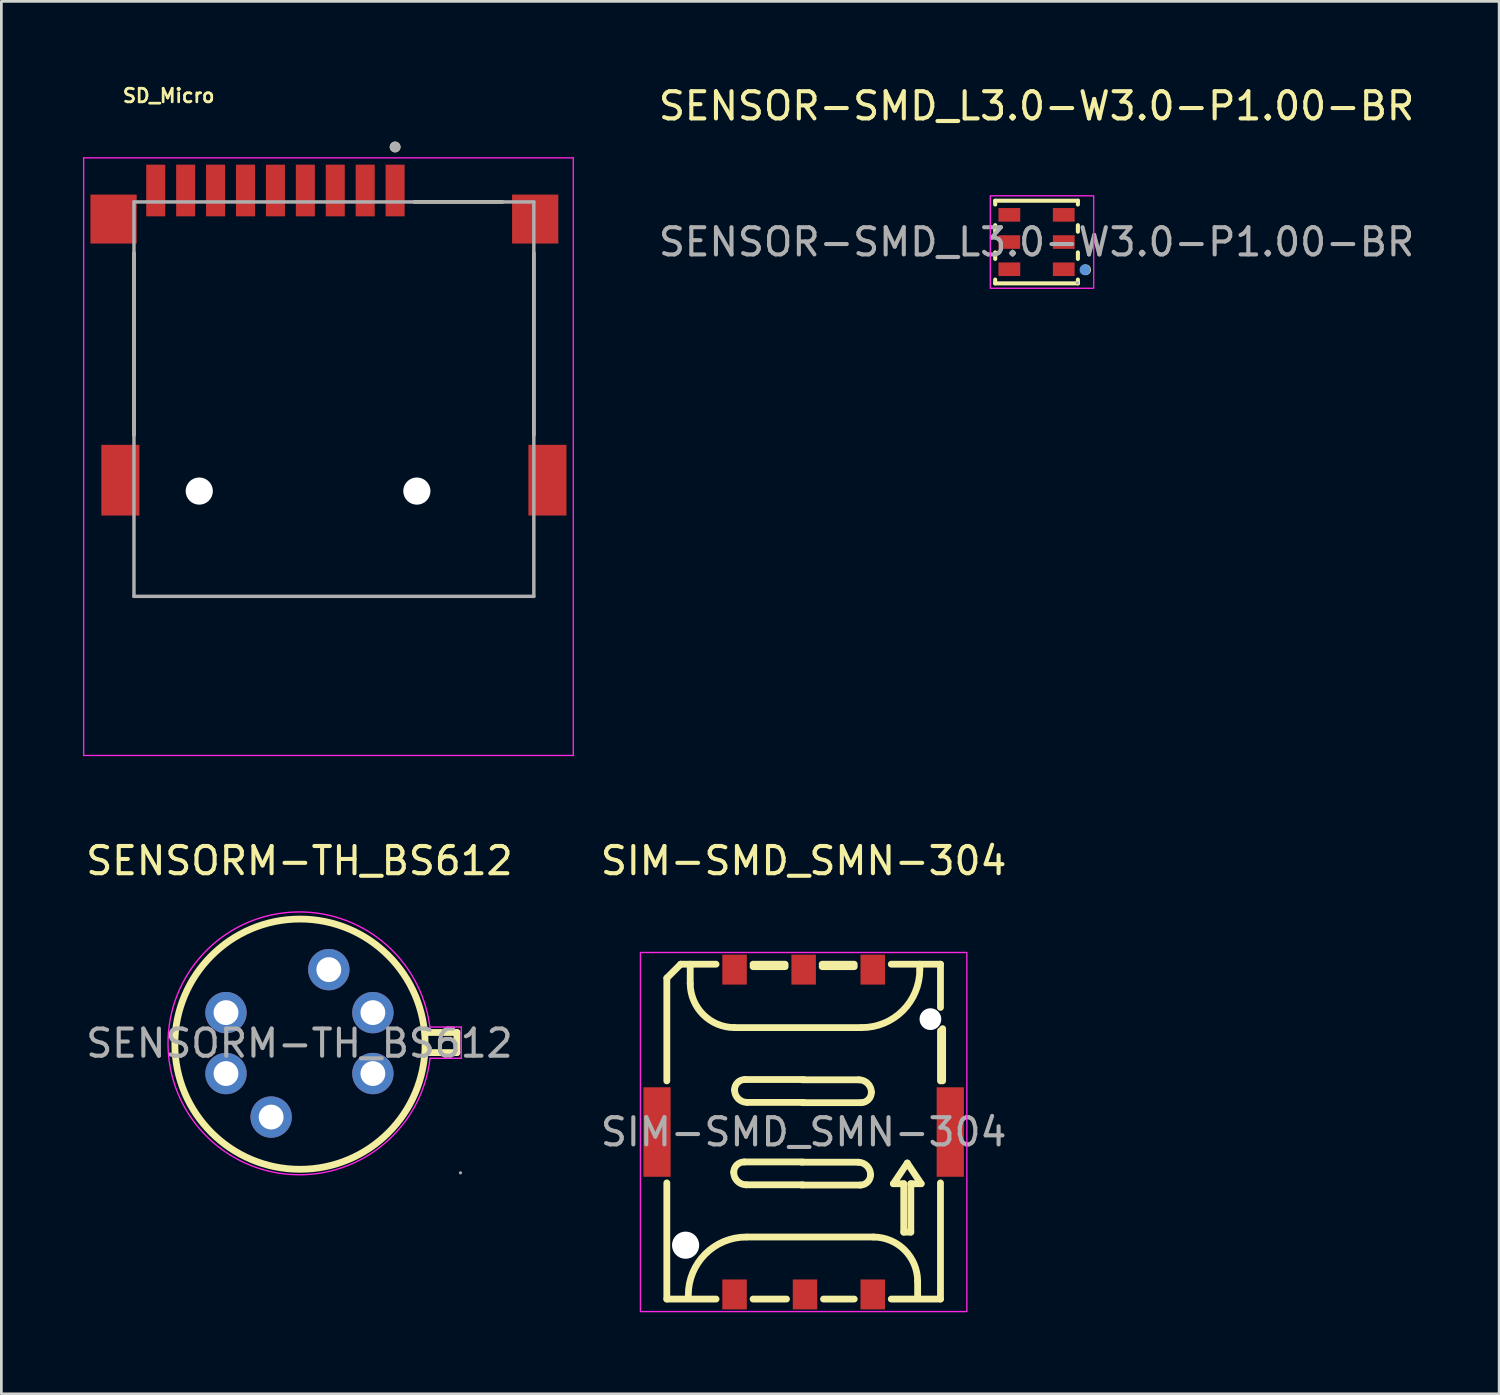
<source format=kicad_pcb>
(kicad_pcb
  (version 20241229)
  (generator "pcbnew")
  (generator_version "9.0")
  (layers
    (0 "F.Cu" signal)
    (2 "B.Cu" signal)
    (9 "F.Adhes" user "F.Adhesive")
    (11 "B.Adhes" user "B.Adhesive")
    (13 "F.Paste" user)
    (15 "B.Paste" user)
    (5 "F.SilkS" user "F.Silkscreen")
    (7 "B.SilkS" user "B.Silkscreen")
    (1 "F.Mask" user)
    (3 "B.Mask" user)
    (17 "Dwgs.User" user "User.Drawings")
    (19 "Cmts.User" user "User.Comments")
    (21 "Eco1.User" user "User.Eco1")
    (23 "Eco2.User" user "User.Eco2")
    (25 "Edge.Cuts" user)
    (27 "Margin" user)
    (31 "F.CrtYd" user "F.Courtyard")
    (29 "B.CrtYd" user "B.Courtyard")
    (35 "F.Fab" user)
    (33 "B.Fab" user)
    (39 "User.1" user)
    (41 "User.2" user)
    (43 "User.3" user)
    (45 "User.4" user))
  (footprint "SENSORM-TH_BS612"
    (layer "F.Cu")
    (at 7.958 35.306)
    (property "Reference" "SENSORM-TH_BS612" (at 0 -6.71 0) (layer "F.SilkS") (effects (font (size 1 1) (thickness 0.15))))
    (attr through_hole)
    (fp_line (start 4.62 -0.4) (end 5.79 -0.4) (stroke (width 0.25) (type solid)) (layer "F.SilkS"))
    (fp_line (start 5.79 -0.4) (end 5.79 0.34) (stroke (width 0.25) (type solid)) (layer "F.SilkS"))
    (fp_line (start 5.79 0.34) (end 4.7 0.34) (stroke (width 0.25) (type solid)) (layer "F.SilkS"))
    (fp_circle (center 0.02 0.03) (end 4.62 0.03) (stroke (width 0.25) (type solid)) (fill no) (layer "F.SilkS"))
    (fp_line (start 4.8 -0.6) (end 5.95 -0.6) (stroke (width 0.05) (type default)) (layer "F.CrtYd"))
    (fp_line (start 5.95 -0.6) (end 5.95 0.55) (stroke (width 0.05) (type default)) (layer "F.CrtYd"))
    (fp_line (start 5.95 0.55) (end 4.8 0.55) (stroke (width 0.05) (type default)) (layer "F.CrtYd"))
    (fp_arc (start 4.799999 0.55) (mid -4.831343 0.024807) (end 4.794098 -0.599262) (stroke (width 0.05) (type default)) (layer "F.CrtYd"))
    (fp_circle (center -2.7 -1.13) (end -2.52 -1.13) (stroke (width 0.36) (type solid)) (fill no) (layer "F.Fab"))
    (fp_circle (center -2.7 1.11) (end -2.52 1.11) (stroke (width 0.36) (type solid)) (fill no) (layer "F.Fab"))
    (fp_circle (center -1.04 2.71) (end -0.86 2.71) (stroke (width 0.36) (type solid)) (fill no) (layer "F.Fab"))
    (fp_circle (center 1.08 -2.71) (end 1.26 -2.71) (stroke (width 0.36) (type solid)) (fill no) (layer "F.Fab"))
    (fp_circle (center 2.7 -1.13) (end 2.88 -1.13) (stroke (width 0.36) (type solid)) (fill no) (layer "F.Fab"))
    (fp_circle (center 2.7 1.11) (end 2.88 1.11) (stroke (width 0.36) (type solid)) (fill no) (layer "F.Fab"))
    (fp_circle (center 5.92 4.76) (end 5.95 4.76) (stroke (width 0.06) (type solid)) (fill no) (layer "F.Fab"))
    (fp_text user "${REFERENCE}" (at 0 0 0) (layer "F.Fab") (effects (font (size 1 1) (thickness 0.15))))
    (pad "1" thru_hole circle (at 2.7 1.11) (size 1.52 1.52) (drill 0.914) (layers "*.Cu" "*.Paste" "*.Mask"))
    (pad "2" thru_hole circle (at 2.7 -1.13) (size 1.52 1.52) (drill 0.914) (layers "*.Cu" "*.Paste" "*.Mask"))
    (pad "3" thru_hole circle (at 1.08 -2.71) (size 1.52 1.52) (drill 0.914) (layers "*.Cu" "*.Paste" "*.Mask"))
    (pad "4" thru_hole circle (at -2.7 -1.13) (size 1.52 1.52) (drill 0.914) (layers "*.Cu" "*.Paste" "*.Mask"))
    (pad "5" thru_hole circle (at -2.7 1.11) (size 1.52 1.52) (drill 0.914) (layers "*.Cu" "*.Paste" "*.Mask"))
    (pad "6" thru_hole circle (at -1.04 2.71) (size 1.52 1.52) (drill 0.914) (layers "*.Cu" "*.Paste" "*.Mask")))
  (footprint "SD_Micro"
    (layer "F.Cu")
    (at 9.225 15.003)
    (property "Reference" "SD_Micro" (at -6.075 -14.535 0) (layer "F.SilkS") (effects (font (size 0.5 0.5) (thickness 0.1))))
    (attr through_hole)
    (fp_line (start -7.35 -2.05) (end -7.35 -8.75) (stroke (width 0.127) (type solid)) (layer "F.SilkS"))
    (fp_line (start 6.2 -10.63) (end 2.95 -10.63) (stroke (width 0.127) (type solid)) (layer "F.SilkS"))
    (fp_line (start 7.35 -2.05) (end 7.35 -8.75) (stroke (width 0.127) (type solid)) (layer "F.SilkS"))
    (fp_circle (center 2.25 -12.65) (end 2.35 -12.65) (stroke (width 0.2) (type solid)) (fill no) (layer "F.SilkS"))
    (fp_line (start -9.2 -12.25) (end -9.2 9.72) (stroke (width 0.05) (type solid)) (layer "F.CrtYd"))
    (fp_line (start -9.2 9.72) (end 8.8 9.72) (stroke (width 0.05) (type solid)) (layer "F.CrtYd"))
    (fp_line (start 8.8 -12.25) (end -9.2 -12.25) (stroke (width 0.05) (type solid)) (layer "F.CrtYd"))
    (fp_line (start 8.8 9.72) (end 8.8 -12.25) (stroke (width 0.05) (type solid)) (layer "F.CrtYd"))
    (fp_line (start -7.35 -10.63) (end -7.35 3.87) (stroke (width 0.127) (type solid)) (layer "F.Fab"))
    (fp_line (start -7.35 3.87) (end 7.35 3.87) (stroke (width 0.127) (type solid)) (layer "F.Fab"))
    (fp_line (start 7.35 -10.63) (end -7.35 -10.63) (stroke (width 0.127) (type solid)) (layer "F.Fab"))
    (fp_line (start 7.35 3.87) (end 7.35 -10.63) (stroke (width 0.127) (type solid)) (layer "F.Fab"))
    (fp_circle (center 2.25 -12.65) (end 2.35 -12.65) (stroke (width 0.2) (type solid)) (fill no) (layer "F.Fab"))
    (pad "" smd rect (at -7.85 -0.4) (size 1.4 2.6) (layers "F.Cu" "F.Mask" "F.Paste"))
    (pad "" np_thru_hole circle (at -4.95 0) (size 1 1) (drill 1) (layers "*.Cu" "*.Mask"))
    (pad "" np_thru_hole circle (at 3.05 0) (size 1 1) (drill 1) (layers "*.Cu" "*.Mask"))
    (pad "" smd rect (at 7.85 -0.4) (size 1.4 2.6) (layers "F.Cu" "F.Mask" "F.Paste"))
    (pad "1" smd rect (at 2.25 -11.05) (size 0.7 1.9) (layers "F.Cu" "F.Mask" "F.Paste"))
    (pad "2" smd rect (at 1.15 -11.05) (size 0.7 1.9) (layers "F.Cu" "F.Mask" "F.Paste"))
    (pad "3" smd rect (at 0.05 -11.05) (size 0.7 1.9) (layers "F.Cu" "F.Mask" "F.Paste"))
    (pad "4" smd rect (at -1.05 -11.05) (size 0.7 1.9) (layers "F.Cu" "F.Mask" "F.Paste"))
    (pad "5" smd rect (at -2.15 -11.05) (size 0.7 1.9) (layers "F.Cu" "F.Mask" "F.Paste"))
    (pad "6" smd rect (at -3.25 -11.05) (size 0.7 1.9) (layers "F.Cu" "F.Mask" "F.Paste"))
    (pad "7" smd rect (at -4.35 -11.05) (size 0.7 1.9) (layers "F.Cu" "F.Mask" "F.Paste"))
    (pad "8" smd rect (at -5.45 -11.05) (size 0.7 1.9) (layers "F.Cu" "F.Mask" "F.Paste"))
    (pad "9" smd rect (at -6.55 -11.05) (size 0.7 1.9) (layers "F.Cu" "F.Mask" "F.Paste"))
    (pad "10" smd rect (at -8.1 -10) (size 1.7 1.8) (layers "F.Cu" "F.Mask" "F.Paste"))
    (pad "11" smd rect (at 7.4 -10) (size 1.7 1.8) (layers "F.Cu" "F.Mask" "F.Paste")))
  (footprint "SIM-SMD_SMN-304"
    (layer "F.Cu")
    (at 26.494 38.566)
    (property "Reference" "SIM-SMD_SMN-304" (at 0 -9.97 0) (layer "F.SilkS") (effects (font (size 1 1) (thickness 0.15))))
    (attr smd)
    (fp_line (start -5.03 -5.66) (end -5.03 -1.88) (stroke (width 0.25) (type solid)) (layer "F.SilkS"))
    (fp_line (start -5.03 6.14) (end -5.03 1.87) (stroke (width 0.25) (type solid)) (layer "F.SilkS"))
    (fp_line (start -4.52 -6.17) (end -5.03 -5.66) (stroke (width 0.25) (type solid)) (layer "F.SilkS"))
    (fp_line (start -4.17 -5.46) (end -4.17 -6.17) (stroke (width 0.25) (type solid)) (layer "F.SilkS"))
    (fp_line (start -3.22 -6.17) (end -4.52 -6.17) (stroke (width 0.25) (type solid)) (layer "F.SilkS"))
    (fp_line (start -3.22 6.14) (end -5.03 6.14) (stroke (width 0.25) (type solid)) (layer "F.SilkS"))
    (fp_line (start -2.54 -3.84) (end 2.11 -3.84) (stroke (width 0.25) (type solid)) (layer "F.SilkS"))
    (fp_line (start -2.11 1.94) (end -0.03 1.94) (stroke (width 0.25) (type solid)) (layer "F.SilkS"))
    (fp_line (start -2.08 -1.09) (end 0 -1.09) (stroke (width 0.25) (type solid)) (layer "F.SilkS"))
    (fp_line (start -0.68 -6.17) (end -1.86 -6.17) (stroke (width 0.25) (type solid)) (layer "F.SilkS"))
    (fp_line (start -0.68 -6.08) (end -1.86 -6.08) (stroke (width 0.25) (type solid)) (layer "F.SilkS"))
    (fp_line (start -0.63 6.14) (end -1.86 6.14) (stroke (width 0.25) (type solid)) (layer "F.SilkS"))
    (fp_line (start -0.08 1.95) (end 2.08 1.95) (stroke (width 0.25) (type solid)) (layer "F.SilkS"))
    (fp_line (start -0.05 -1.08) (end 2.11 -1.08) (stroke (width 0.25) (type solid)) (layer "F.SilkS"))
    (fp_line (start -0.03 1.1) (end -2.18 1.1) (stroke (width 0.25) (type solid)) (layer "F.SilkS"))
    (fp_line (start 0 -1.93) (end -2.16 -1.93) (stroke (width 0.25) (type solid)) (layer "F.SilkS"))
    (fp_line (start 1.86 -6.17) (end 0.68 -6.17) (stroke (width 0.25) (type solid)) (layer "F.SilkS"))
    (fp_line (start 1.86 -6.08) (end 0.68 -6.08) (stroke (width 0.25) (type solid)) (layer "F.SilkS"))
    (fp_line (start 1.86 6.14) (end 0.73 6.14) (stroke (width 0.25) (type solid)) (layer "F.SilkS"))
    (fp_line (start 2.01 1.11) (end -0.08 1.11) (stroke (width 0.25) (type solid)) (layer "F.SilkS"))
    (fp_line (start 2.03 -1.92) (end -0.05 -1.92) (stroke (width 0.25) (type solid)) (layer "F.SilkS"))
    (fp_line (start 2.57 3.86) (end -2.08 3.86) (stroke (width 0.25) (type solid)) (layer "F.SilkS"))
    (fp_line (start 3.3 1.9) (end 3.68 1.9) (stroke (width 0.25) (type solid)) (layer "F.SilkS"))
    (fp_line (start 3.68 1.9) (end 3.68 3.68) (stroke (width 0.25) (type solid)) (layer "F.SilkS"))
    (fp_line (start 3.68 3.68) (end 3.94 3.68) (stroke (width 0.25) (type solid)) (layer "F.SilkS"))
    (fp_line (start 3.81 1.14) (end 3.3 1.9) (stroke (width 0.25) (type solid)) (layer "F.SilkS"))
    (fp_line (start 3.94 1.9) (end 4.32 1.9) (stroke (width 0.25) (type solid)) (layer "F.SilkS"))
    (fp_line (start 3.94 3.68) (end 3.94 1.9) (stroke (width 0.25) (type solid)) (layer "F.SilkS"))
    (fp_line (start 4.19 6.1) (end 4.19 5.49) (stroke (width 0.25) (type solid)) (layer "F.SilkS"))
    (fp_line (start 4.27 -5.97) (end 4.27 -6.17) (stroke (width 0.25) (type solid)) (layer "F.SilkS"))
    (fp_line (start 4.32 1.9) (end 3.81 1.14) (stroke (width 0.25) (type solid)) (layer "F.SilkS"))
    (fp_line (start 5.03 -6.17) (end 3.22 -6.17) (stroke (width 0.25) (type solid)) (layer "F.SilkS"))
    (fp_line (start 5.03 -6.17) (end 5.03 -4.58) (stroke (width 0.25) (type solid)) (layer "F.SilkS"))
    (fp_line (start 5.03 -3.72) (end 5.03 -1.88) (stroke (width 0.25) (type solid)) (layer "F.SilkS"))
    (fp_line (start 5.03 1.87) (end 5.03 6.14) (stroke (width 0.25) (type solid)) (layer "F.SilkS"))
    (fp_line (start 5.03 6.14) (end 3.22 6.14) (stroke (width 0.25) (type solid)) (layer "F.SilkS"))
    (fp_line (start 5.11 -1.88) (end 5.11 -3.8) (stroke (width 0.25) (type solid)) (layer "F.SilkS"))
    (fp_arc (start -4.24 5.99) (mid -3.616137 4.483863) (end -2.11 3.86) (stroke (width 0.25) (type solid)) (layer "F.SilkS"))
    (fp_arc (start -2.57 1.48) (mid -2.455089 1.207736) (end -2.179854 1.100135) (stroke (width 0.25) (type solid)) (layer "F.SilkS"))
    (fp_arc (start -2.54 -3.84) (mid -3.689058 -4.313901) (end -4.16997 -5.460043) (stroke (width 0.25) (type solid)) (layer "F.SilkS"))
    (fp_arc (start -2.54 -1.55) (mid -2.428701 -1.818701) (end -2.16 -1.93) (stroke (width 0.25) (type solid)) (layer "F.SilkS"))
    (fp_arc (start -2.11 1.94) (mid -2.435269 1.805269) (end -2.57 1.48) (stroke (width 0.25) (type solid)) (layer "F.SilkS"))
    (fp_arc (start -2.08 -1.09) (mid -2.405269 -1.224731) (end -2.54 -1.55) (stroke (width 0.25) (type solid)) (layer "F.SilkS"))
    (fp_arc (start 2.01 1.11) (mid 2.328906 1.248253) (end 2.460109 1.570123) (stroke (width 0.25) (type solid)) (layer "F.SilkS"))
    (fp_arc (start 2.03 -1.92) (mid 2.355269 -1.785269) (end 2.49 -1.46) (stroke (width 0.25) (type solid)) (layer "F.SilkS"))
    (fp_arc (start 2.46 1.57) (mid 2.348701 1.838701) (end 2.08 1.95) (stroke (width 0.25) (type solid)) (layer "F.SilkS"))
    (fp_arc (start 2.49 -1.46) (mid 2.378701 -1.191299) (end 2.11 -1.08) (stroke (width 0.25) (type solid)) (layer "F.SilkS"))
    (fp_arc (start 2.57 3.86) (mid 3.716151 4.34095) (end 4.190031 5.490043) (stroke (width 0.25) (type solid)) (layer "F.SilkS"))
    (fp_arc (start 4.270023 -5.970037) (mid 3.642627 -4.460328) (end 2.13 -3.84) (stroke (width 0.25) (type solid)) (layer "F.SilkS"))
    (fp_rect (start 6 6.6) (end -6 -6.6) (stroke (width 0.05) (type default)) (fill no) (layer "F.CrtYd"))
    (fp_text user "${REFERENCE}" (at 0 0 0) (layer "F.Fab") (effects (font (size 1 1) (thickness 0.15))))
    (pad "" np_thru_hole circle (at -4.34 4.16) (size 1 1) (drill 1) (layers "*.Cu" "*.Mask"))
    (pad "" np_thru_hole circle (at 4.66 -4.15) (size 0.8 0.8) (drill 0.8) (layers "*.Cu" "*.Mask"))
    (pad "1" smd rect (at -5.39 0) (size 1 3.29) (layers "F.Cu" "F.Mask" "F.Paste"))
    (pad "2" smd rect (at 5.39 0) (size 1 3.29) (layers "F.Cu" "F.Mask" "F.Paste"))
    (pad "C1" smd rect (at 2.54 5.97) (size 0.9 1.1) (layers "F.Cu" "F.Mask" "F.Paste"))
    (pad "C2" smd rect (at 0.05 5.97) (size 0.9 1.1) (layers "F.Cu" "F.Mask" "F.Paste"))
    (pad "C3" smd rect (at -2.54 5.97) (size 0.9 1.1) (layers "F.Cu" "F.Mask" "F.Paste"))
    (pad "C5" smd rect (at 2.54 -5.97) (size 0.9 1.1) (layers "F.Cu" "F.Mask" "F.Paste"))
    (pad "C6" smd rect (at 0 -5.97) (size 0.9 1.1) (layers "F.Cu" "F.Mask" "F.Paste"))
    (pad "C7" smd rect (at -2.54 -5.97) (size 0.9 1.1) (layers "F.Cu" "F.Mask" "F.Paste")))
  (footprint "SENSOR-SMD_L3.0-W3.0-P1.00-BR"
    (layer "F.Cu")
    (at 35.056 5.848)
    (property "Reference" "SENSOR-SMD_L3.0-W3.0-P1.00-BR" (at 0 -5 0) (layer "F.SilkS") (effects (font (size 1 1) (thickness 0.15))))
    (attr smd)
    (fp_line (start -1.52 -1.52) (end -1.52 -1.38) (stroke (width 0.15) (type solid)) (layer "F.SilkS"))
    (fp_line (start -1.52 -0.62) (end -1.52 -0.38) (stroke (width 0.15) (type solid)) (layer "F.SilkS"))
    (fp_line (start -1.52 0.38) (end -1.52 0.62) (stroke (width 0.15) (type solid)) (layer "F.SilkS"))
    (fp_line (start -1.52 1.38) (end -1.52 1.52) (stroke (width 0.15) (type solid)) (layer "F.SilkS"))
    (fp_line (start -1.52 1.52) (end 1.52 1.52) (stroke (width 0.15) (type solid)) (layer "F.SilkS"))
    (fp_line (start 1.52 -1.52) (end -1.52 -1.52) (stroke (width 0.15) (type solid)) (layer "F.SilkS"))
    (fp_line (start 1.52 -1.38) (end 1.52 -1.52) (stroke (width 0.15) (type solid)) (layer "F.SilkS"))
    (fp_line (start 1.52 -0.38) (end 1.52 -0.62) (stroke (width 0.15) (type solid)) (layer "F.SilkS"))
    (fp_line (start 1.52 0.62) (end 1.52 0.38) (stroke (width 0.15) (type solid)) (layer "F.SilkS"))
    (fp_line (start 1.52 1.52) (end 1.52 1.38) (stroke (width 0.15) (type solid)) (layer "F.SilkS"))
    (fp_circle (center 1.8 1.02) (end 1.9 1.02) (stroke (width 0.2) (type solid)) (fill no) (layer "F.SilkS"))
    (fp_circle (center 1.78 1.02) (end 1.88 1.02) (stroke (width 0.2) (type solid)) (fill no) (layer "Cmts.User"))
    (fp_rect (start -1.7 -1.7) (end 2.1 1.7) (stroke (width 0.05) (type default)) (fill no) (layer "F.CrtYd"))
    (fp_circle (center 1.5 1.5) (end 1.53 1.5) (stroke (width 0.06) (type solid)) (fill no) (layer "F.Fab"))
    (fp_text user "${REFERENCE}" (at 0 0 0) (layer "F.Fab") (effects (font (size 1 1) (thickness 0.15))))
    (pad "1" smd rect (at 1 1 180) (size 0.8 0.5) (layers "F.Cu" "F.Mask" "F.Paste"))
    (pad "2" smd rect (at 1 0 180) (size 0.8 0.5) (layers "F.Cu" "F.Mask" "F.Paste"))
    (pad "3" smd rect (at 1 -1 180) (size 0.8 0.5) (layers "F.Cu" "F.Mask" "F.Paste"))
    (pad "4" smd rect (at -1 -1 180) (size 0.8 0.5) (layers "F.Cu" "F.Mask" "F.Paste"))
    (pad "5" smd rect (at -1 0 180) (size 0.8 0.5) (layers "F.Cu" "F.Mask" "F.Paste"))
    (pad "6" smd rect (at -1 1 180) (size 0.8 0.5) (layers "F.Cu" "F.Mask" "F.Paste")))
  (gr_rect
    (start -3 -3)
    (end 52.062 48.191)
    (stroke (width 0.1) (type default))
    (fill no)
    (layer "Edge.Cuts")))
</source>
